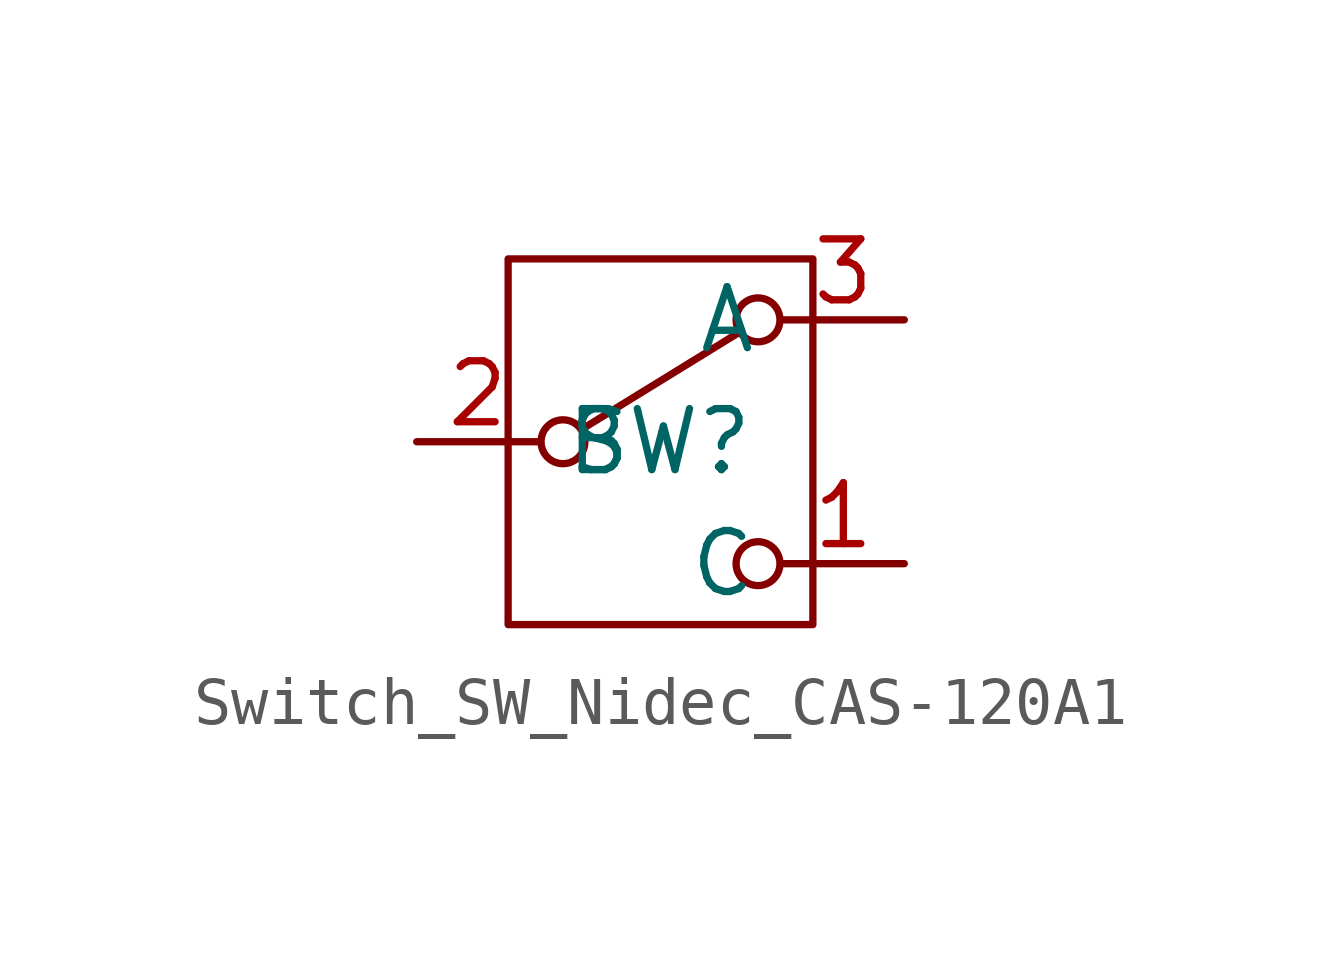
<source format=kicad_sym>
(kicad_symbol_lib
  (version 20241209)
  (generator "kicad_symbol_editor")
  (generator_version "9.0")
  (symbol "Switch_SW_Nidec_CAS-120A1"
    (property "Reference" "SW"
      (at 0 0 0)
      (effects (font (size 1.27 1.27))))
    (symbol "Switch_SW_Nidec_CAS-120A1_1_0"
      (rectangle (start -3.175 3.81) (end 3.175 -3.81) (stroke (width 0) (type default)) (fill (type none)))
      (circle (center -2.032 0) (radius 0.457) (stroke (width 0) (type default)) (fill (type none)))
      (polyline (pts (xy -1.651 0.254) (xy 1.651 2.286)) (stroke (width 0) (type default)) (fill (type none)))
      (circle (center 2.032 2.54) (radius 0.457) (stroke (width 0) (type default)) (fill (type none)))
      (circle (center 2.032 -2.54) (radius 0.457) (stroke (width 0) (type default)) (fill (type none)))
      (pin unspecified line (at -5.08 0 0) (length 2.54) (name "B" (effects (font (size 1.27 1.27)))) (number "2" (effects (font (size 1.27 1.27)))))
      (pin unspecified line (at 5.08 2.54 180) (length 2.54) (name "A" (effects (font (size 1.27 1.27)))) (number "3" (effects (font (size 1.27 1.27)))))
      (pin unspecified line (at 5.08 -2.54 180) (length 2.54) (name "C" (effects (font (size 1.27 1.27)))) (number "1" (effects (font (size 1.27 1.27))))))))
</source>
